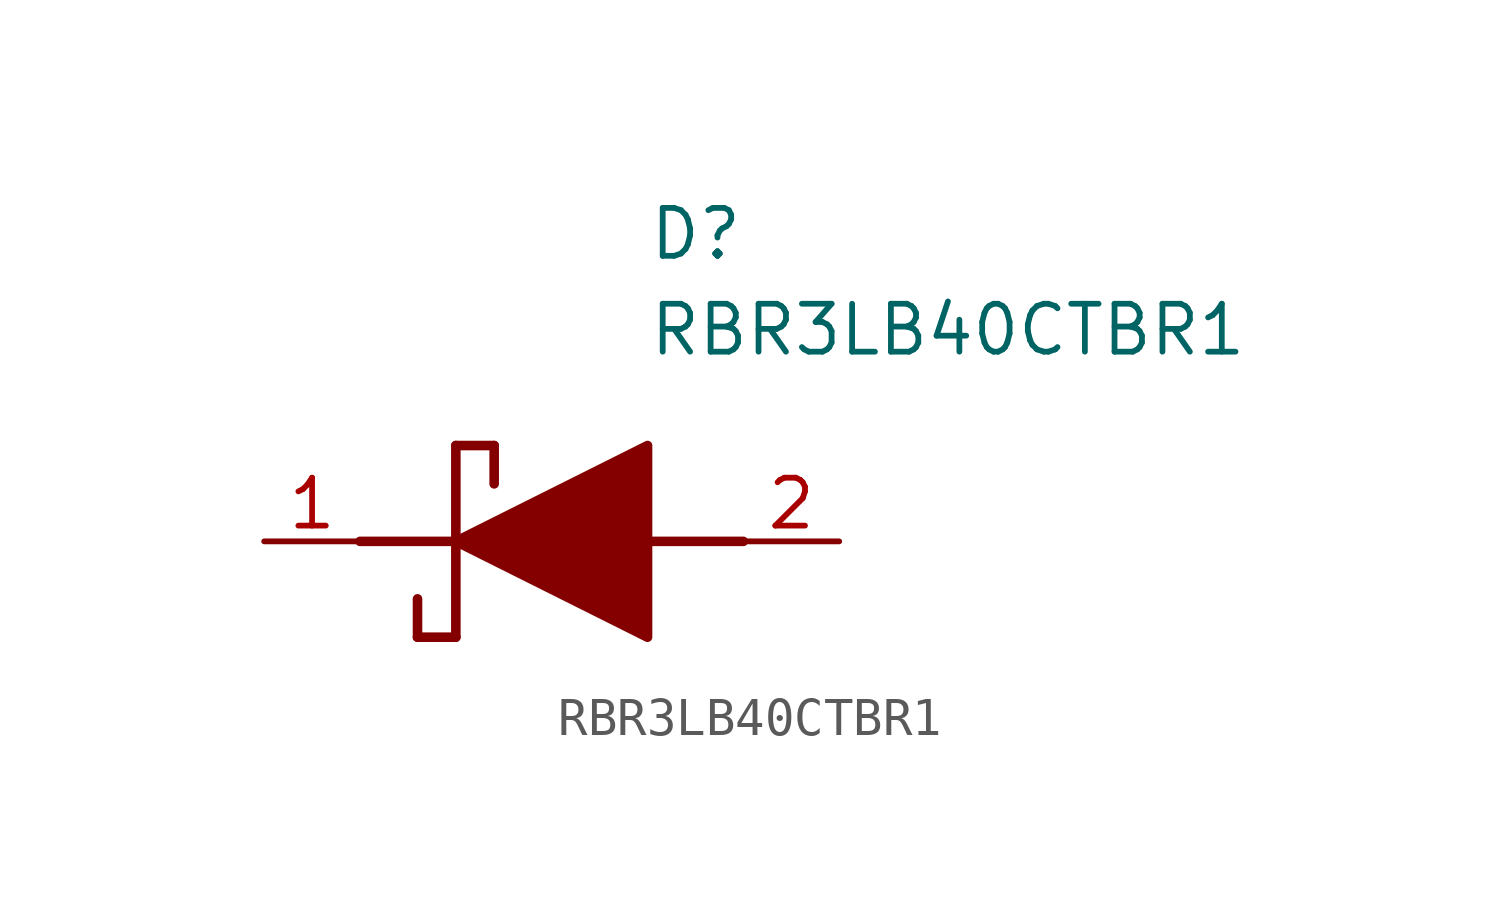
<source format=kicad_sym>
(kicad_symbol_lib
  (version 20211014)
  (generator SamacSys_ECAD_Model)
  (symbol "RBR3LB40CTBR1"
    (pin_names hide)
    (property "Reference" "D"
      (at 12.7 8.89 0)
      (effects (font (size 1.27 1.27)) (justify left top)))
    (property "Value" "RBR3LB40CTBR1"
      (at 12.7 6.35 0)
      (effects (font (size 1.27 1.27)) (justify left top)))
    (polyline
      (pts (xy 7.62 2.54) (xy 7.62 -2.54))
      (stroke (width 0.254) (type default))
      (fill (type none)))
    (polyline
      (pts (xy 7.62 2.54) (xy 8.636 2.54))
      (stroke (width 0.254) (type default))
      (fill (type none)))
    (polyline
      (pts (xy 8.636 1.524) (xy 8.636 2.54))
      (stroke (width 0.254) (type default))
      (fill (type none)))
    (polyline
      (pts (xy 7.62 -2.54) (xy 6.604 -2.54))
      (stroke (width 0.254) (type default))
      (fill (type none)))
    (polyline
      (pts (xy 6.604 -1.524) (xy 6.604 -2.54))
      (stroke (width 0.254) (type default))
      (fill (type none)))
    (polyline
      (pts (xy 5.08 0) (xy 7.62 0))
      (stroke (width 0.254) (type default))
      (fill (type none)))
    (polyline
      (pts (xy 12.7 0) (xy 15.24 0))
      (stroke (width 0.254) (type default))
      (fill (type none)))
    (polyline
      (pts (xy 7.62 0) (xy 12.7 2.54) (xy 12.7 -2.54) (xy 7.62 0))
      (stroke (width 0.254) (type default))
      (fill (type outline)))
    (pin passive line
      (at 2.54 0 0)
      (length 2.54)
      (name "K" (effects (font (size 1.27 1.27))))
      (number "1" (effects (font (size 1.27 1.27)))))
    (pin passive line
      (at 17.78 0 180)
      (length 2.54)
      (name "A" (effects (font (size 1.27 1.27))))
      (number "2" (effects (font (size 1.27 1.27)))))))
</source>
